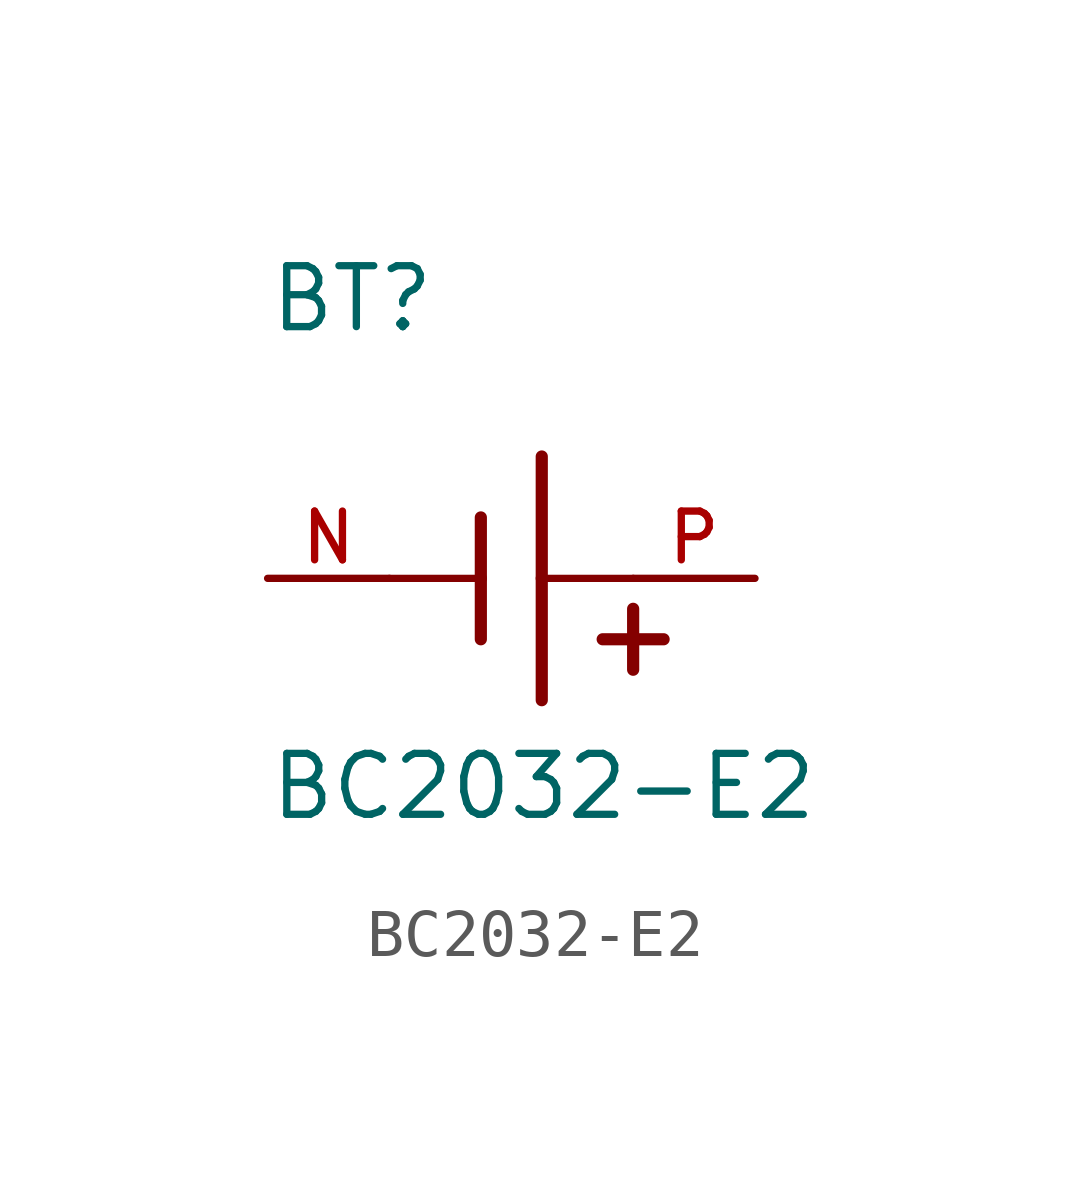
<source format=kicad_sym>
(kicad_symbol_lib
  (version 20211014)
  (generator kicad_symbol_editor)
  (symbol "BC2032-E2"
    (pin_names
      (offset 1.016))
    (property "Reference" "BT"
      (at -5.084 5.084 0)
      (effects (font (size 1.27 1.27)) (justify bottom left)))
    (property "Value" "BC2032-E2"
      (at -5.082 -5.082 0)
      (effects (font (size 1.27 1.27)) (justify bottom left)))
    (symbol "BC2032-E2_0_0"
      (polyline (pts (xy 0.635 2.54) (xy 0.635 0.0)) (stroke (width 0.254)))
      (polyline (pts (xy 0.635 0.0) (xy 0.635 -2.54)) (stroke (width 0.254)))
      (polyline (pts (xy -0.635 1.27) (xy -0.635 0.0)) (stroke (width 0.254)))
      (polyline (pts (xy -0.635 0.0) (xy -0.635 -1.27)) (stroke (width 0.254)))
      (polyline (pts (xy -2.54 0.0) (xy -0.635 0.0)) (stroke (width 0.152)))
      (polyline (pts (xy 0.635 0.0) (xy 2.54 0.0)) (stroke (width 0.152)))
      (polyline (pts (xy 2.54 -0.635) (xy 2.54 -1.905)) (stroke (width 0.254)))
      (polyline (pts (xy 1.905 -1.27) (xy 3.175 -1.27)) (stroke (width 0.254)))
      (pin passive line (at 5.08 0.0 180.0) (length 2.54) (name "~" (effects (font (size 1.016 1.016)))) (number "P" (effects (font (size 1.016 1.016)))))
      (pin passive line (at -5.08 0.0 0) (length 2.54) (name "~" (effects (font (size 1.016 1.016)))) (number "N" (effects (font (size 1.016 1.016))))))))
</source>
